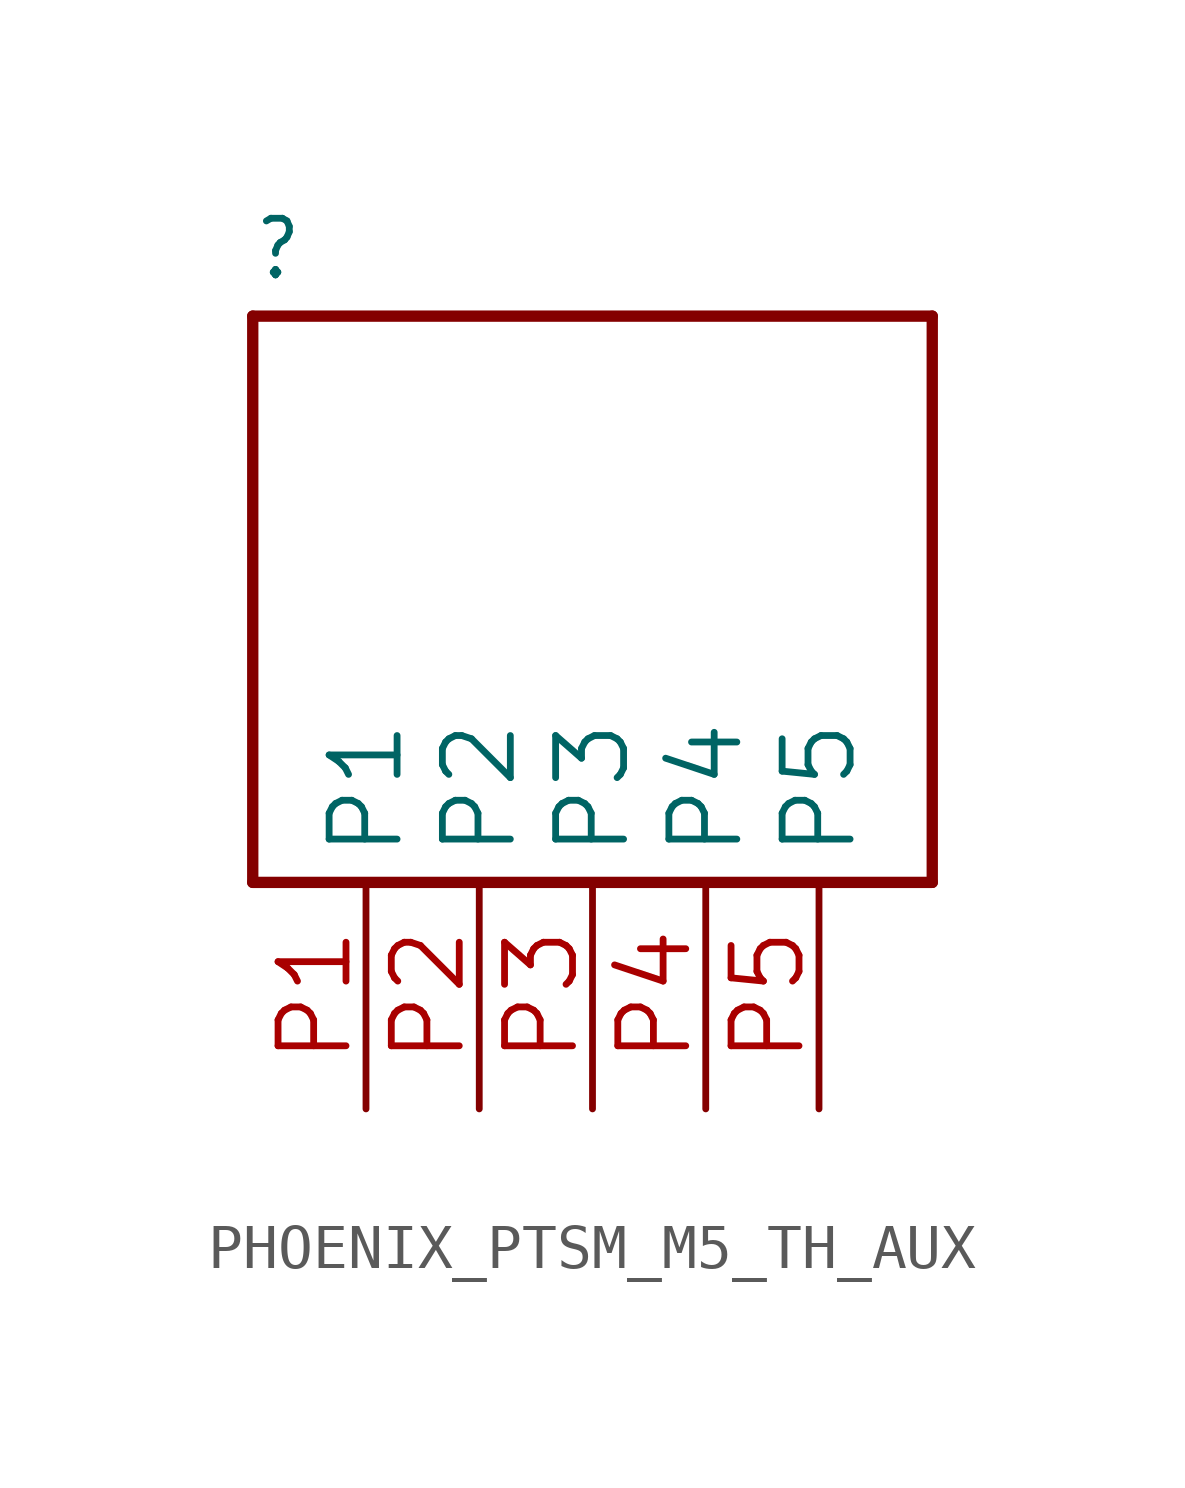
<source format=kicad_sym>
(kicad_symbol_lib
  (version 20241209)
  (generator "kicad_symbol_editor")
  (generator_version "9.0")
  (symbol "PHOENIX_PTSM_M5_TH_AUX"
    (property "Reference" ""
      (at -7.62 10.922 0)
      (effects (font (size 1.27 1.079)) (justify left bottom)))
    (property "ki_locked" ""
      (at 0 0 0)
      (effects (font (size 1.27 1.27))))
    (symbol "PHOENIX_PTSM_M5_TH_AUX_1_0"
      (polyline (pts (xy -7.62 10.16) (xy -7.62 -2.54)) (stroke (width 0.254) (type solid)) (fill (type none)))
      (polyline (pts (xy -7.62 -2.54) (xy 7.62 -2.54)) (stroke (width 0.254) (type solid)) (fill (type none)))
      (polyline (pts (xy 7.62 10.16) (xy -7.62 10.16)) (stroke (width 0.254) (type solid)) (fill (type none)))
      (polyline (pts (xy 7.62 -2.54) (xy 7.62 10.16)) (stroke (width 0.254) (type solid)) (fill (type none)))
      (pin power_in line (at -5.08 -7.62 90) (length 5.08) (name "P1" (effects (font (size 1.524 1.524)))) (number "P1" (effects (font (size 1.524 1.524)))))
      (pin power_in line (at -2.54 -7.62 90) (length 5.08) (name "P2" (effects (font (size 1.524 1.524)))) (number "P2" (effects (font (size 1.524 1.524)))))
      (pin power_in line (at 0 -7.62 90) (length 5.08) (name "P3" (effects (font (size 1.524 1.524)))) (number "P3" (effects (font (size 1.524 1.524)))))
      (pin bidirectional line (at 2.54 -7.62 90) (length 5.08) (name "P4" (effects (font (size 1.524 1.524)))) (number "P4" (effects (font (size 1.524 1.524)))))
      (pin bidirectional line (at 5.08 -7.62 90) (length 5.08) (name "P5" (effects (font (size 1.524 1.524)))) (number "P5" (effects (font (size 1.524 1.524))))))))
</source>
